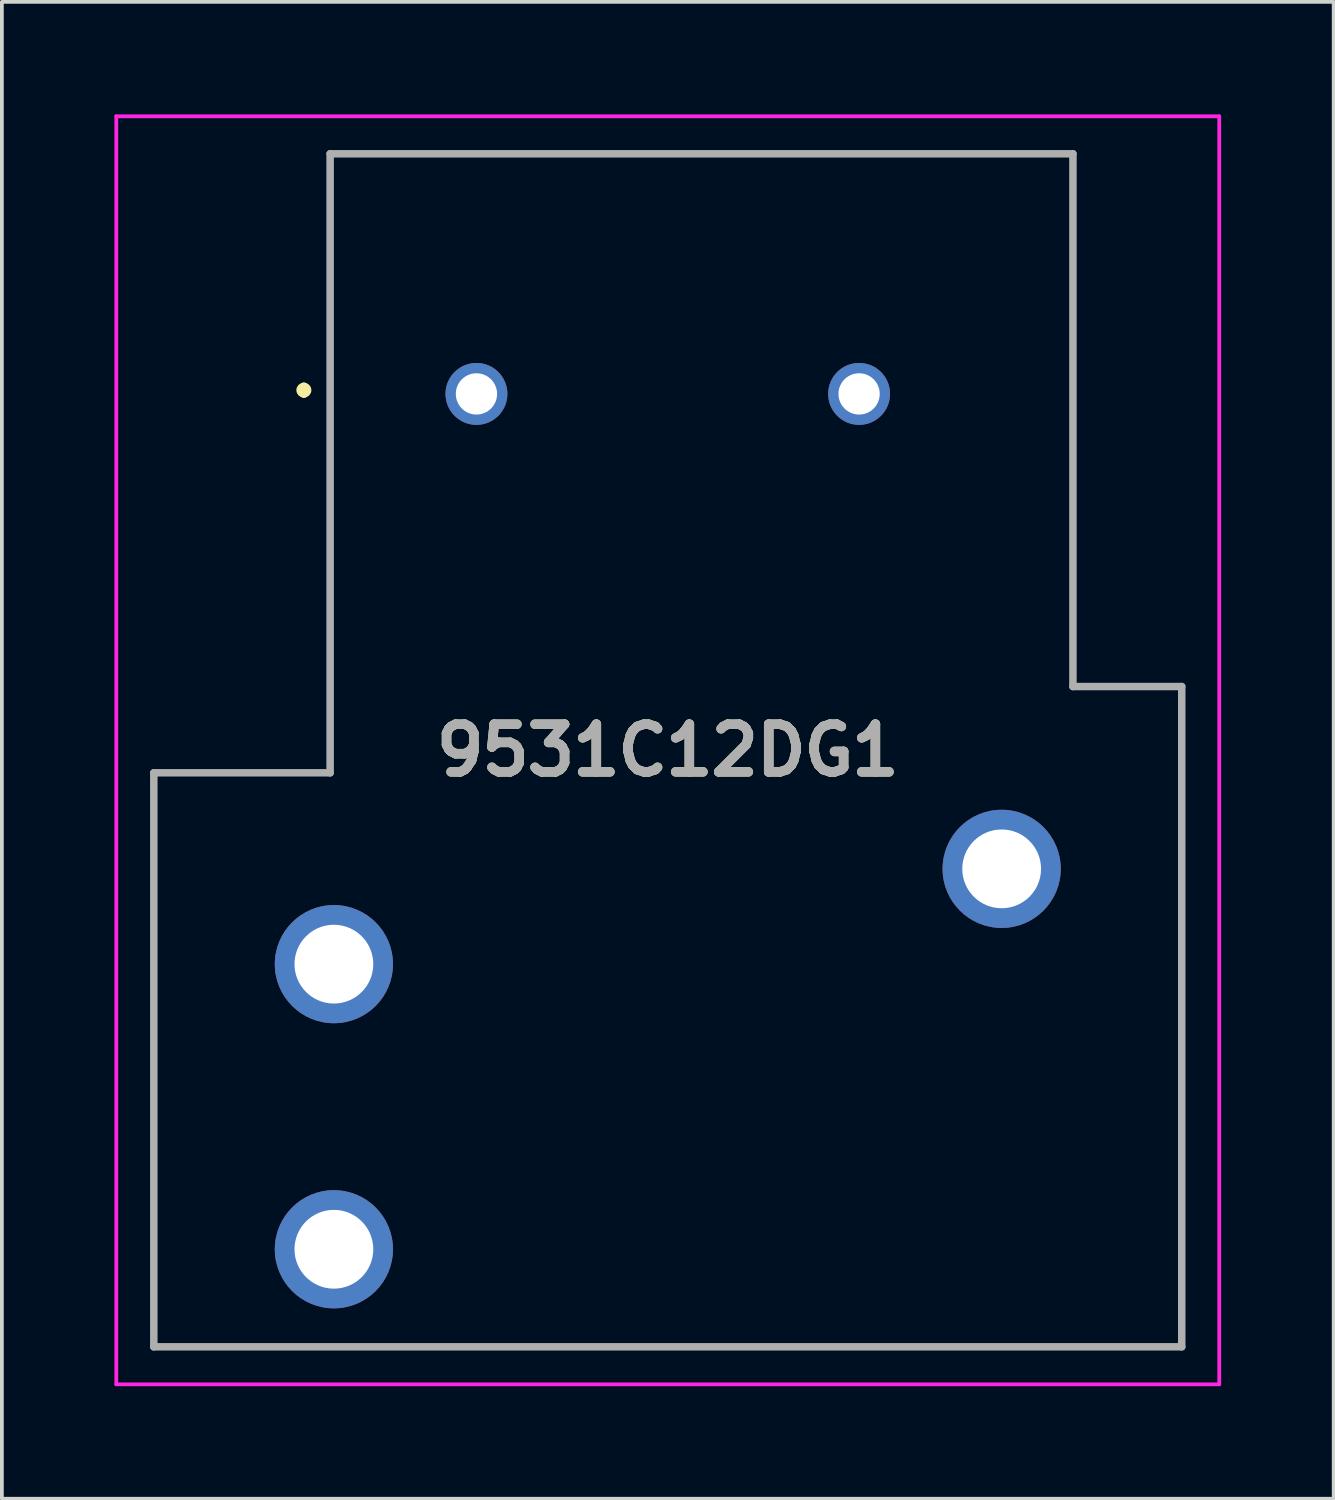
<source format=kicad_pcb>
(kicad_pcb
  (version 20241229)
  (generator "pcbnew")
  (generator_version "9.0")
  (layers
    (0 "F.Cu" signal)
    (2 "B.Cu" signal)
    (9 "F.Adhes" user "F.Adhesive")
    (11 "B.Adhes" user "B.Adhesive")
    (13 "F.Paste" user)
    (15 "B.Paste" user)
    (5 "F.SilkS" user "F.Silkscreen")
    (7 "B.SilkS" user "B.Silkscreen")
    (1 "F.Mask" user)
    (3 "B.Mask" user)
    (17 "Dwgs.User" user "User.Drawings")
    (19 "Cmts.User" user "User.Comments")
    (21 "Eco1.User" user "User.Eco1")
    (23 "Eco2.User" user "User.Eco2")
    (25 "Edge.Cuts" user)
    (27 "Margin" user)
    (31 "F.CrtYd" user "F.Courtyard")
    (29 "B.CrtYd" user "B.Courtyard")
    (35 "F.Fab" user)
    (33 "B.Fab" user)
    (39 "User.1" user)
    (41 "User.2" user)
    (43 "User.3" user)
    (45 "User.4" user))
  (footprint "9531C12DG1"
    (layer "F.Cu")
    (at 9.65 7.45)
    (property "Reference" "9531C12DG1" (at 5.1 9.5 0) (layer "F.SilkS") (effects (font (size 1.27 1.27) (thickness 0.254))))
    (attr through_hole)
    (fp_line (start -8.6 10.1) (end -8.6 25.4) (stroke (width 0.1) (type solid)) (layer "F.SilkS"))
    (fp_line (start -8.6 25.4) (end 18.8 25.4) (stroke (width 0.1) (type solid)) (layer "F.SilkS"))
    (fp_line (start -4.6 -0.2) (end -4.6 -0.2) (stroke (width 0.2) (type solid)) (layer "F.SilkS"))
    (fp_line (start -4.6 0) (end -4.6 0) (stroke (width 0.2) (type solid)) (layer "F.SilkS"))
    (fp_line (start -3.9 -6.4) (end -3.9 10.1) (stroke (width 0.1) (type solid)) (layer "F.SilkS"))
    (fp_line (start -3.9 10.1) (end -8.6 10.1) (stroke (width 0.1) (type solid)) (layer "F.SilkS"))
    (fp_line (start 15.9 -6.4) (end -3.9 -6.4) (stroke (width 0.1) (type solid)) (layer "F.SilkS"))
    (fp_line (start 15.9 7.8) (end 15.9 -6.4) (stroke (width 0.1) (type solid)) (layer "F.SilkS"))
    (fp_line (start 18.8 7.8) (end 15.9 7.8) (stroke (width 0.1) (type solid)) (layer "F.SilkS"))
    (fp_line (start 18.8 25.4) (end 18.8 7.8) (stroke (width 0.1) (type solid)) (layer "F.SilkS"))
    (fp_arc (start -4.6 -0.2) (mid -4.5 -0.1) (end -4.6 0) (stroke (width 0.2) (type solid)) (layer "F.SilkS"))
    (fp_arc (start -4.6 0) (mid -4.7 -0.1) (end -4.6 -0.2) (stroke (width 0.2) (type solid)) (layer "F.SilkS"))
    (fp_line (start -9.6 -7.4) (end -9.6 26.4) (stroke (width 0.1) (type solid)) (layer "F.CrtYd"))
    (fp_line (start -9.6 26.4) (end 19.8 26.4) (stroke (width 0.1) (type solid)) (layer "F.CrtYd"))
    (fp_line (start 19.8 -7.4) (end -9.6 -7.4) (stroke (width 0.1) (type solid)) (layer "F.CrtYd"))
    (fp_line (start 19.8 26.4) (end 19.8 -7.4) (stroke (width 0.1) (type solid)) (layer "F.CrtYd"))
    (fp_line (start -8.6 10.1) (end -8.6 25.4) (stroke (width 0.2) (type solid)) (layer "F.Fab"))
    (fp_line (start -8.6 25.4) (end 18.8 25.4) (stroke (width 0.2) (type solid)) (layer "F.Fab"))
    (fp_line (start -3.9 -6.4) (end -3.9 10.1) (stroke (width 0.2) (type solid)) (layer "F.Fab"))
    (fp_line (start -3.9 10.1) (end -8.6 10.1) (stroke (width 0.2) (type solid)) (layer "F.Fab"))
    (fp_line (start 15.9 -6.4) (end -3.9 -6.4) (stroke (width 0.2) (type solid)) (layer "F.Fab"))
    (fp_line (start 15.9 7.8) (end 15.9 -6.4) (stroke (width 0.2) (type solid)) (layer "F.Fab"))
    (fp_line (start 18.8 7.8) (end 15.9 7.8) (stroke (width 0.2) (type solid)) (layer "F.Fab"))
    (fp_line (start 18.8 25.4) (end 18.8 7.8) (stroke (width 0.2) (type solid)) (layer "F.Fab"))
    (fp_text user "${REFERENCE}" (at 5.1 9.5 0) (layer "F.Fab") (effects (font (size 1.27 1.27) (thickness 0.254))))
    (pad "1" thru_hole circle (at 0 0) (size 1.65 1.65) (drill 1.1) (layers "*.Cu" "*.Mask"))
    (pad "2" thru_hole circle (at 10.2 0) (size 1.65 1.65) (drill 1.1) (layers "*.Cu" "*.Mask"))
    (pad "3" thru_hole circle (at -3.8 22.8) (size 3.15 3.15) (drill 2.1) (layers "*.Cu" "*.Mask"))
    (pad "4" thru_hole circle (at -3.8 15.2) (size 3.15 3.15) (drill 2.1) (layers "*.Cu" "*.Mask"))
    (pad "5" thru_hole circle (at 14 12.66) (size 3.15 3.15) (drill 2.1) (layers "*.Cu" "*.Mask")))
  (gr_rect
    (start -3 -3)
    (end 32.5 36.9)
    (stroke (width 0.1) (type default))
    (fill no)
    (layer "Edge.Cuts")))
</source>
